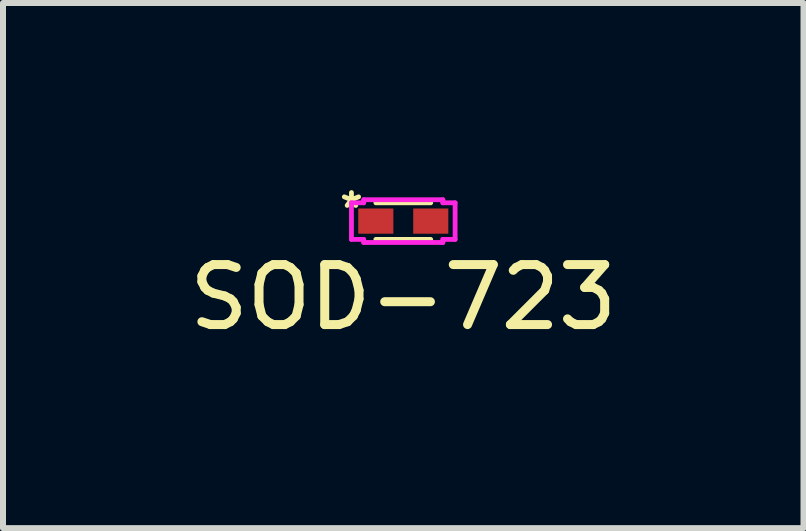
<source format=kicad_pcb>
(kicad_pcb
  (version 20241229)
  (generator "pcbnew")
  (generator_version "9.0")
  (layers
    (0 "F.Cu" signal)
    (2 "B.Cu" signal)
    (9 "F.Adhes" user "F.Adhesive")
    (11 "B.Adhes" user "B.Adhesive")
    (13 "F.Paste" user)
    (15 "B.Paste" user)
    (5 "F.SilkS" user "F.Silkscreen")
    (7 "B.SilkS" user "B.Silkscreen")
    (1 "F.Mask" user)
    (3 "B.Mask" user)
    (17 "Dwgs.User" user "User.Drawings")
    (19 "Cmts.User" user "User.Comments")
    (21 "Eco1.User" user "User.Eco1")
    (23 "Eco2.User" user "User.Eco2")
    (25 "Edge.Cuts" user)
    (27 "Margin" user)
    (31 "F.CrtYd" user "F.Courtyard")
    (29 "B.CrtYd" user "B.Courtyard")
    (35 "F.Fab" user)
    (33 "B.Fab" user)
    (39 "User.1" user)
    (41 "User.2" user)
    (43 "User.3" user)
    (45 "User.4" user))
  (footprint "SOD-723"
    (layer "F.Cu")
    (at 3.673 0.636)
    (property "Reference" "SOD-723" (at 0 1.27 0) (layer "F.SilkS") (effects (font (size 1 1) (thickness 0.15))))
    (attr through_hole)
    (fp_line (start -0.457 -0.305) (end 0.457 -0.305) (stroke (width 0.08) (type solid)) (layer "F.SilkS"))
    (fp_line (start -0.457 0.305) (end 0.457 0.305) (stroke (width 0.08) (type solid)) (layer "F.SilkS"))
    (fp_line (start -0.864 -0.305) (end -0.66 -0.305) (stroke (width 0.08) (type solid)) (layer "F.CrtYd"))
    (fp_line (start -0.864 0.305) (end -0.864 -0.305) (stroke (width 0.08) (type solid)) (layer "F.CrtYd"))
    (fp_line (start -0.66 -0.356) (end 0.66 -0.356) (stroke (width 0.08) (type solid)) (layer "F.CrtYd"))
    (fp_line (start -0.66 -0.305) (end -0.66 -0.356) (stroke (width 0.08) (type solid)) (layer "F.CrtYd"))
    (fp_line (start -0.66 0.305) (end -0.864 0.305) (stroke (width 0.08) (type solid)) (layer "F.CrtYd"))
    (fp_line (start -0.66 0.356) (end -0.66 0.305) (stroke (width 0.08) (type solid)) (layer "F.CrtYd"))
    (fp_line (start 0.66 -0.356) (end 0.66 -0.305) (stroke (width 0.08) (type solid)) (layer "F.CrtYd"))
    (fp_line (start 0.66 -0.305) (end 0.864 -0.305) (stroke (width 0.08) (type solid)) (layer "F.CrtYd"))
    (fp_line (start 0.66 0.305) (end 0.66 0.356) (stroke (width 0.08) (type solid)) (layer "F.CrtYd"))
    (fp_line (start 0.66 0.356) (end -0.66 0.356) (stroke (width 0.08) (type solid)) (layer "F.CrtYd"))
    (fp_line (start 0.864 -0.305) (end 0.864 0.305) (stroke (width 0.08) (type solid)) (layer "F.CrtYd"))
    (fp_line (start 0.864 0.305) (end 0.66 0.305) (stroke (width 0.08) (type solid)) (layer "F.CrtYd"))
    (fp_text user "*" (at -0.864 -0.203 0) (layer "F.SilkS") (effects (font (size 0.5 0.5) (thickness 0.08))))
    (pad "1" smd rect (at -0.458 0) (size 0.585 0.42) (layers "F.Cu" "F.Mask" "F.Paste"))
    (pad "2" smd rect (at 0.458 0) (size 0.585 0.42) (layers "F.Cu" "F.Mask" "F.Paste")))
  (gr_rect
    (start -3 -3)
    (end 10.345 5.754)
    (stroke (width 0.1) (type default))
    (fill no)
    (layer "Edge.Cuts")))
</source>
